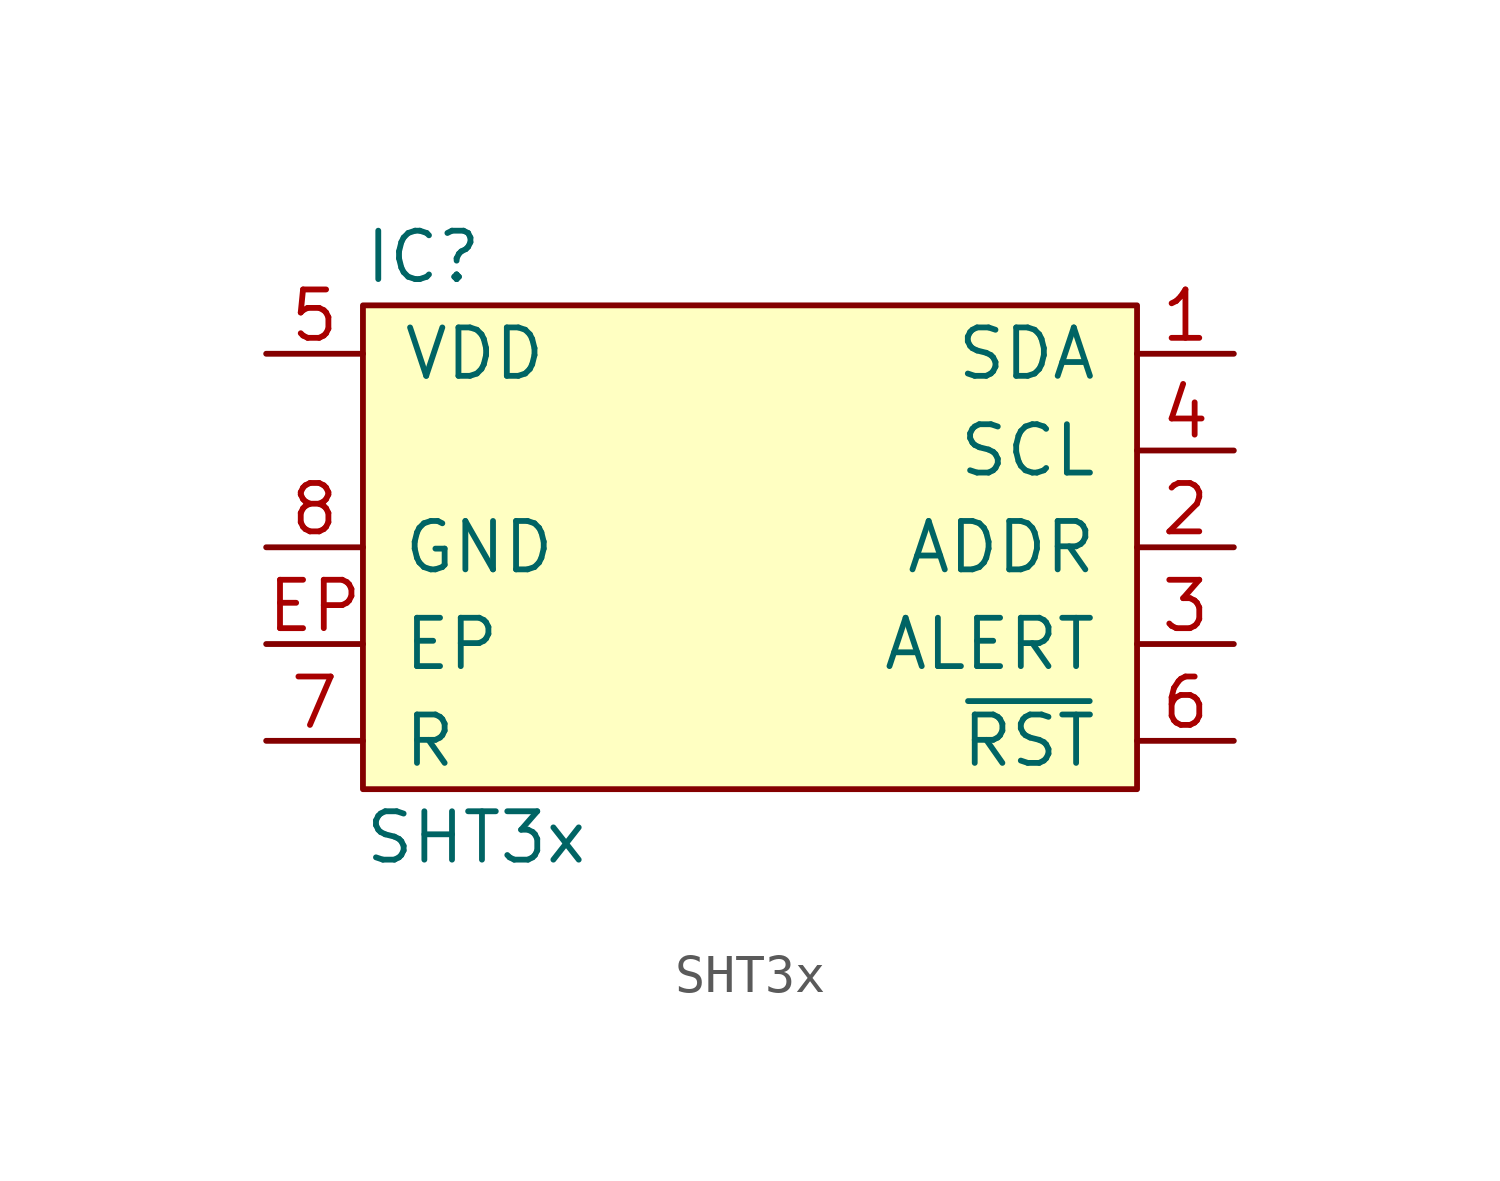
<source format=kicad_sym>
(kicad_symbol_lib
  (version 20211014)
  (generator agg_kicad.build_lib_ic)
  (symbol "SHT3x"
    (pin_names
      (offset 1.016))
    (property Reference IC
      (at -10.16 7.62 0)
      (effects (font (size 1.27 1.27)) (justify left)))
    (property Value "SHT3x"
      (at -10.16 -7.62 0)
      (effects (font (size 1.27 1.27)) (justify left)))
    (symbol "SHT3x_0_0"
      (rectangle (start -10.16 6.35) (end 10.16 -6.35) (stroke (width 0) (type default) (color 0 0 0 0)) (fill (type background)))
      (pin power_in line (at -12.7 5.08 0) (length 2.54) (name VDD (effects (font (size 1.27 1.27)))) (number "5" (effects (font (size 1.27 1.27)))))
      (pin power_in line (at -12.7 0 0) (length 2.54) (name GND (effects (font (size 1.27 1.27)))) (number "8" (effects (font (size 1.27 1.27)))))
      (pin power_in line (at -12.7 -2.54 0) (length 2.54) (name EP (effects (font (size 1.27 1.27)))) (number EP (effects (font (size 1.27 1.27)))))
      (pin passive line (at -12.7 -5.08 0) (length 2.54) (name R (effects (font (size 1.27 1.27)))) (number "7" (effects (font (size 1.27 1.27)))))
      (pin bidirectional line (at 12.7 5.08 180) (length 2.54) (name SDA (effects (font (size 1.27 1.27)))) (number "1" (effects (font (size 1.27 1.27)))))
      (pin bidirectional line (at 12.7 2.54 180) (length 2.54) (name SCL (effects (font (size 1.27 1.27)))) (number "4" (effects (font (size 1.27 1.27)))))
      (pin input line (at 12.7 0 180) (length 2.54) (name ADDR (effects (font (size 1.27 1.27)))) (number "2" (effects (font (size 1.27 1.27)))))
      (pin open_collector line (at 12.7 -2.54 180) (length 2.54) (name ALERT (effects (font (size 1.27 1.27)))) (number "3" (effects (font (size 1.27 1.27)))))
      (pin input line (at 12.7 -5.08 180) (length 2.54) (name "~{RST}" (effects (font (size 1.27 1.27)))) (number "6" (effects (font (size 1.27 1.27))))))))
</source>
